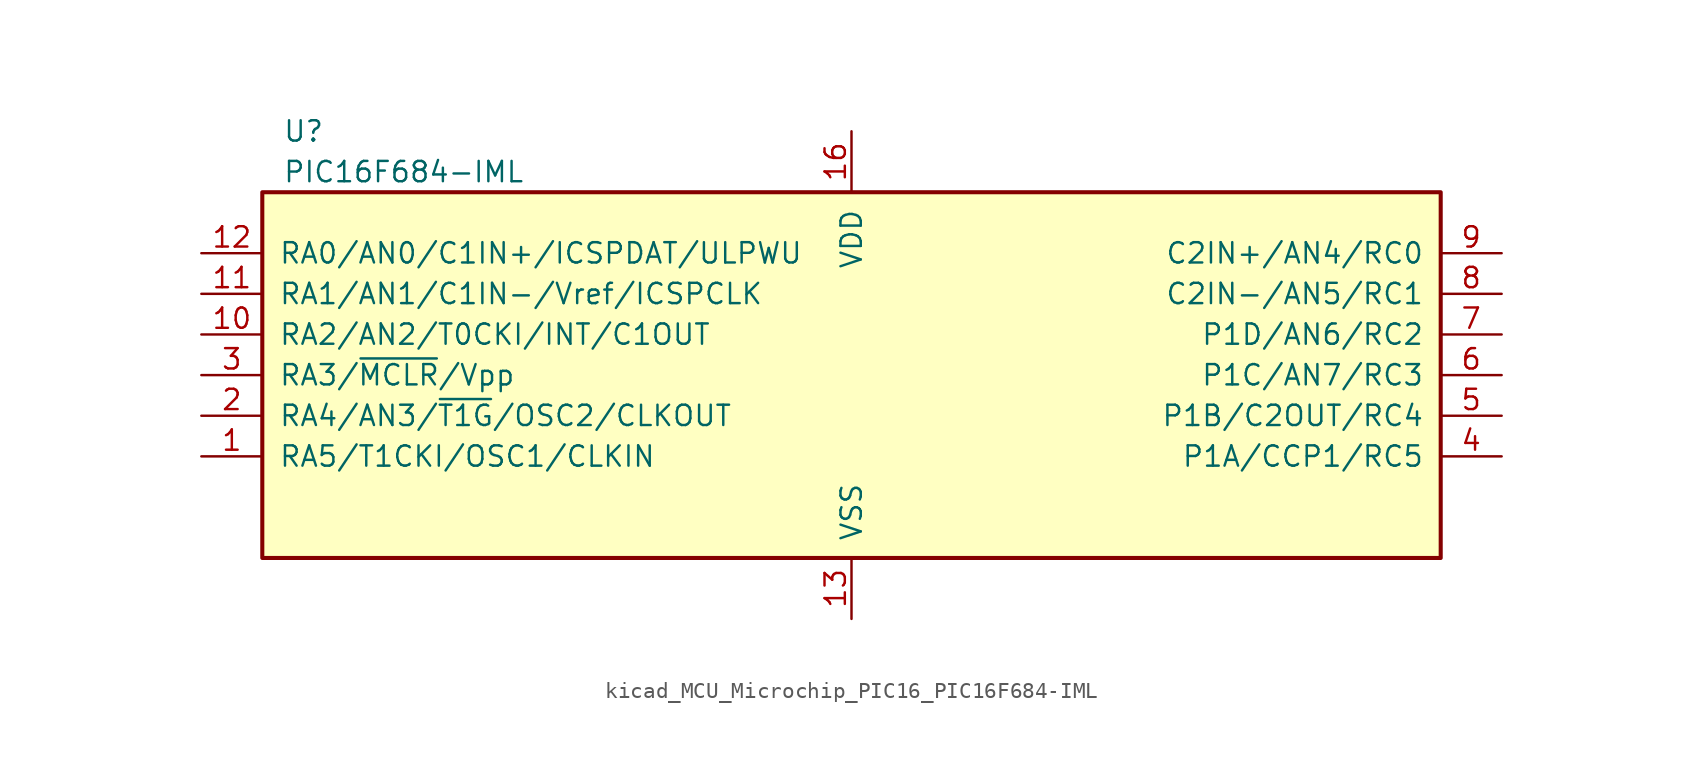
<source format=kicad_sym>
(kicad_symbol_lib
  (version 20220914)
  (generator kicad_symbol_editor)
  (symbol "kicad_MCU_Microchip_PIC16_PIC16F684-IML"
    (pin_names
      (offset 1.016))
    (property "Reference" "U"
      (at -35.56 15.24 0)
      (effects (font (size 1.27 1.27)) (justify left)))
    (property "Value" "PIC16F684-IML"
      (at -35.56 12.7 0)
      (effects (font (size 1.27 1.27)) (justify left)))
    (symbol "kicad_MCU_Microchip_PIC16_PIC16F684-IML_0_1"
      (rectangle (start -36.83 11.43) (end 36.83 -11.43) (stroke (width 0.254) (type default)) (fill (type background))))
    (symbol "kicad_MCU_Microchip_PIC16_PIC16F684-IML_1_1"
      (pin bidirectional line (at -40.64 -5.08 0) (length 3.81) (name "RA5/T1CKI/OSC1/CLKIN" (effects (font (size 1.27 1.27)))) (number "1" (effects (font (size 1.27 1.27)))))
      (pin bidirectional line (at -40.64 2.54 0) (length 3.81) (name "RA2/AN2/T0CKI/INT/C1OUT" (effects (font (size 1.27 1.27)))) (number "10" (effects (font (size 1.27 1.27)))))
      (pin bidirectional line (at -40.64 5.08 0) (length 3.81) (name "RA1/AN1/C1IN-/Vref/ICSPCLK" (effects (font (size 1.27 1.27)))) (number "11" (effects (font (size 1.27 1.27)))))
      (pin bidirectional line (at -40.64 7.62 0) (length 3.81) (name "RA0/AN0/C1IN+/ICSPDAT/ULPWU" (effects (font (size 1.27 1.27)))) (number "12" (effects (font (size 1.27 1.27)))))
      (pin power_in line (at 0 -15.24 90) (length 3.81) (name "VSS" (effects (font (size 1.27 1.27)))) (number "13" (effects (font (size 1.27 1.27)))))
      (pin power_in line (at 0 15.24 270) (length 3.81) (name "VDD" (effects (font (size 1.27 1.27)))) (number "16" (effects (font (size 1.27 1.27)))))
      (pin bidirectional line (at -40.64 -2.54 0) (length 3.81) (name "RA4/AN3/~{T1G}/OSC2/CLKOUT" (effects (font (size 1.27 1.27)))) (number "2" (effects (font (size 1.27 1.27)))))
      (pin input line (at -40.64 0 0) (length 3.81) (name "RA3/~{MCLR}/Vpp" (effects (font (size 1.27 1.27)))) (number "3" (effects (font (size 1.27 1.27)))))
      (pin bidirectional line (at 40.64 -5.08 180) (length 3.81) (name "P1A/CCP1/RC5" (effects (font (size 1.27 1.27)))) (number "4" (effects (font (size 1.27 1.27)))))
      (pin bidirectional line (at 40.64 -2.54 180) (length 3.81) (name "P1B/C2OUT/RC4" (effects (font (size 1.27 1.27)))) (number "5" (effects (font (size 1.27 1.27)))))
      (pin bidirectional line (at 40.64 0 180) (length 3.81) (name "P1C/AN7/RC3" (effects (font (size 1.27 1.27)))) (number "6" (effects (font (size 1.27 1.27)))))
      (pin bidirectional line (at 40.64 2.54 180) (length 3.81) (name "P1D/AN6/RC2" (effects (font (size 1.27 1.27)))) (number "7" (effects (font (size 1.27 1.27)))))
      (pin bidirectional line (at 40.64 5.08 180) (length 3.81) (name "C2IN-/AN5/RC1" (effects (font (size 1.27 1.27)))) (number "8" (effects (font (size 1.27 1.27)))))
      (pin bidirectional line (at 40.64 7.62 180) (length 3.81) (name "C2IN+/AN4/RC0" (effects (font (size 1.27 1.27)))) (number "9" (effects (font (size 1.27 1.27))))))))
</source>
